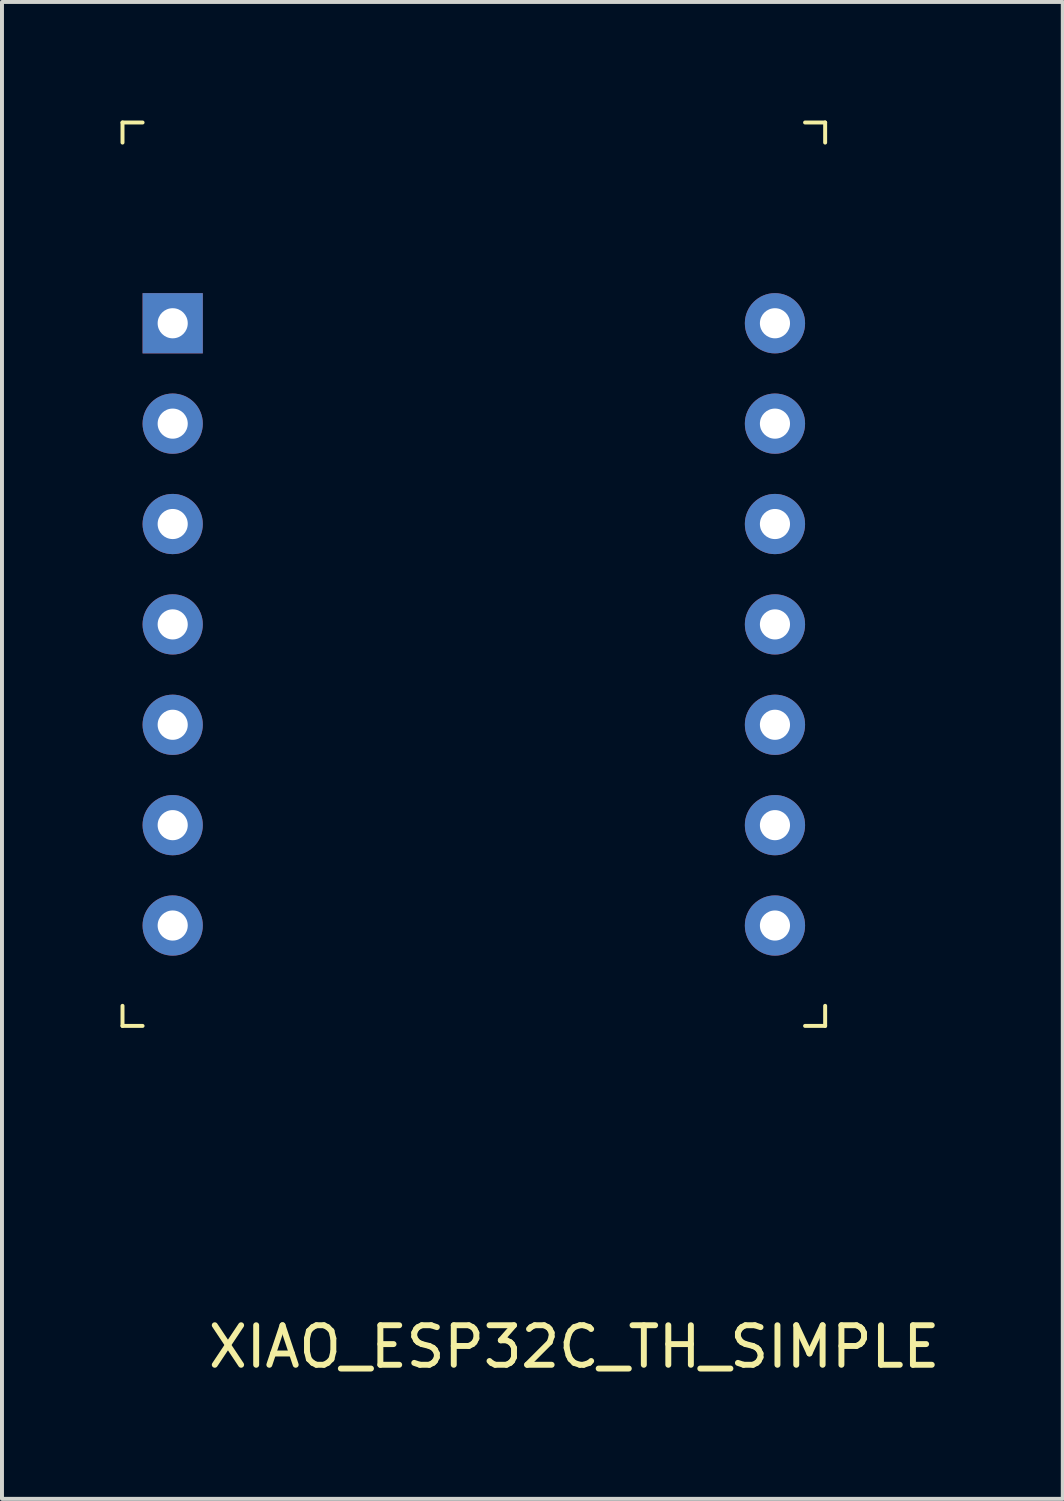
<source format=kicad_pcb>
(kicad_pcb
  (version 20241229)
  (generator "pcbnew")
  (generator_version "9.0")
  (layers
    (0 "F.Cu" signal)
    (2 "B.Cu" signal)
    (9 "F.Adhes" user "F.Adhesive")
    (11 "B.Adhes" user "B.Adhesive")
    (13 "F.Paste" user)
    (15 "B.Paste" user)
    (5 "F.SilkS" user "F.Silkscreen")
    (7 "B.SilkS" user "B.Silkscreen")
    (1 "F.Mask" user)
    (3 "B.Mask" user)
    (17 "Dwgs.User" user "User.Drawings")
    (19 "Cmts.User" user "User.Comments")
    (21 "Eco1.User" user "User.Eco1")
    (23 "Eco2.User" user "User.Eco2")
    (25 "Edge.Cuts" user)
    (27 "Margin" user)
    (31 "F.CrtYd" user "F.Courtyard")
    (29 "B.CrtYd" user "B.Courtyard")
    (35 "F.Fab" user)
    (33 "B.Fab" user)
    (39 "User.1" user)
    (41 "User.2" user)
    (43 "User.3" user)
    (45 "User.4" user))
  (footprint "XIAO_ESP32C_TH_SIMPLE"
    (layer "F.Cu")
    (at 11.48 30.53)
    (property "Reference" "XIAO_ESP32C_TH_SIMPLE" (at 0 0.5 0) (layer "F.SilkS") (effects (font (size 1 1) (thickness 0.15))))
    (attr through_hole)
    (fp_line (start -11.43 -30.48) (end -10.922 -30.48) (stroke (width 0.1) (type solid)) (layer "F.SilkS"))
    (fp_line (start -11.43 -29.972) (end -11.43 -30.48) (stroke (width 0.1) (type solid)) (layer "F.SilkS"))
    (fp_line (start -11.43 -8.128) (end -11.43 -7.62) (stroke (width 0.1) (type solid)) (layer "F.SilkS"))
    (fp_line (start -11.43 -7.62) (end -10.922 -7.62) (stroke (width 0.1) (type solid)) (layer "F.SilkS"))
    (fp_line (start 5.842 -30.48) (end 6.35 -30.48) (stroke (width 0.1) (type solid)) (layer "F.SilkS"))
    (fp_line (start 6.35 -30.48) (end 6.35 -29.972) (stroke (width 0.1) (type solid)) (layer "F.SilkS"))
    (fp_line (start 6.35 -8.128) (end 6.35 -7.62) (stroke (width 0.1) (type solid)) (layer "F.SilkS"))
    (fp_line (start 6.35 -7.62) (end 5.842 -7.62) (stroke (width 0.1) (type solid)) (layer "F.SilkS"))
    (pad "1" thru_hole rect (at -10.16 -25.4) (size 1.524 1.524) (drill 0.762) (layers "*.Cu" "*.Mask"))
    (pad "2" thru_hole circle (at -10.16 -22.86) (size 1.524 1.524) (drill 0.762) (layers "*.Cu" "*.Mask"))
    (pad "3" thru_hole circle (at -10.16 -20.32) (size 1.524 1.524) (drill 0.762) (layers "*.Cu" "*.Mask"))
    (pad "4" thru_hole circle (at -10.16 -17.78) (size 1.524 1.524) (drill 0.762) (layers "*.Cu" "*.Mask"))
    (pad "5" thru_hole circle (at -10.16 -15.24) (size 1.524 1.524) (drill 0.762) (layers "*.Cu" "*.Mask"))
    (pad "6" thru_hole circle (at -10.16 -12.7) (size 1.524 1.524) (drill 0.762) (layers "*.Cu" "*.Mask"))
    (pad "7" thru_hole circle (at -10.16 -10.16) (size 1.524 1.524) (drill 0.762) (layers "*.Cu" "*.Mask"))
    (pad "8" thru_hole circle (at 5.08 -10.16) (size 1.524 1.524) (drill 0.762) (layers "*.Cu" "*.Mask"))
    (pad "9" thru_hole circle (at 5.08 -12.7) (size 1.524 1.524) (drill 0.762) (layers "*.Cu" "*.Mask"))
    (pad "10" thru_hole circle (at 5.08 -15.24) (size 1.524 1.524) (drill 0.762) (layers "*.Cu" "*.Mask"))
    (pad "11" thru_hole circle (at 5.08 -17.78) (size 1.524 1.524) (drill 0.762) (layers "*.Cu" "*.Mask"))
    (pad "12" thru_hole circle (at 5.08 -20.32) (size 1.524 1.524) (drill 0.762) (layers "*.Cu" "*.Mask"))
    (pad "13" thru_hole circle (at 5.08 -22.86) (size 1.524 1.524) (drill 0.762) (layers "*.Cu" "*.Mask"))
    (pad "14" thru_hole circle (at 5.08 -25.4) (size 1.524 1.524) (drill 0.762) (layers "*.Cu" "*.Mask")))
  (gr_rect
    (start -3 -3)
    (end 23.843 34.878)
    (stroke (width 0.1) (type default))
    (fill no)
    (layer "Edge.Cuts")))
</source>
